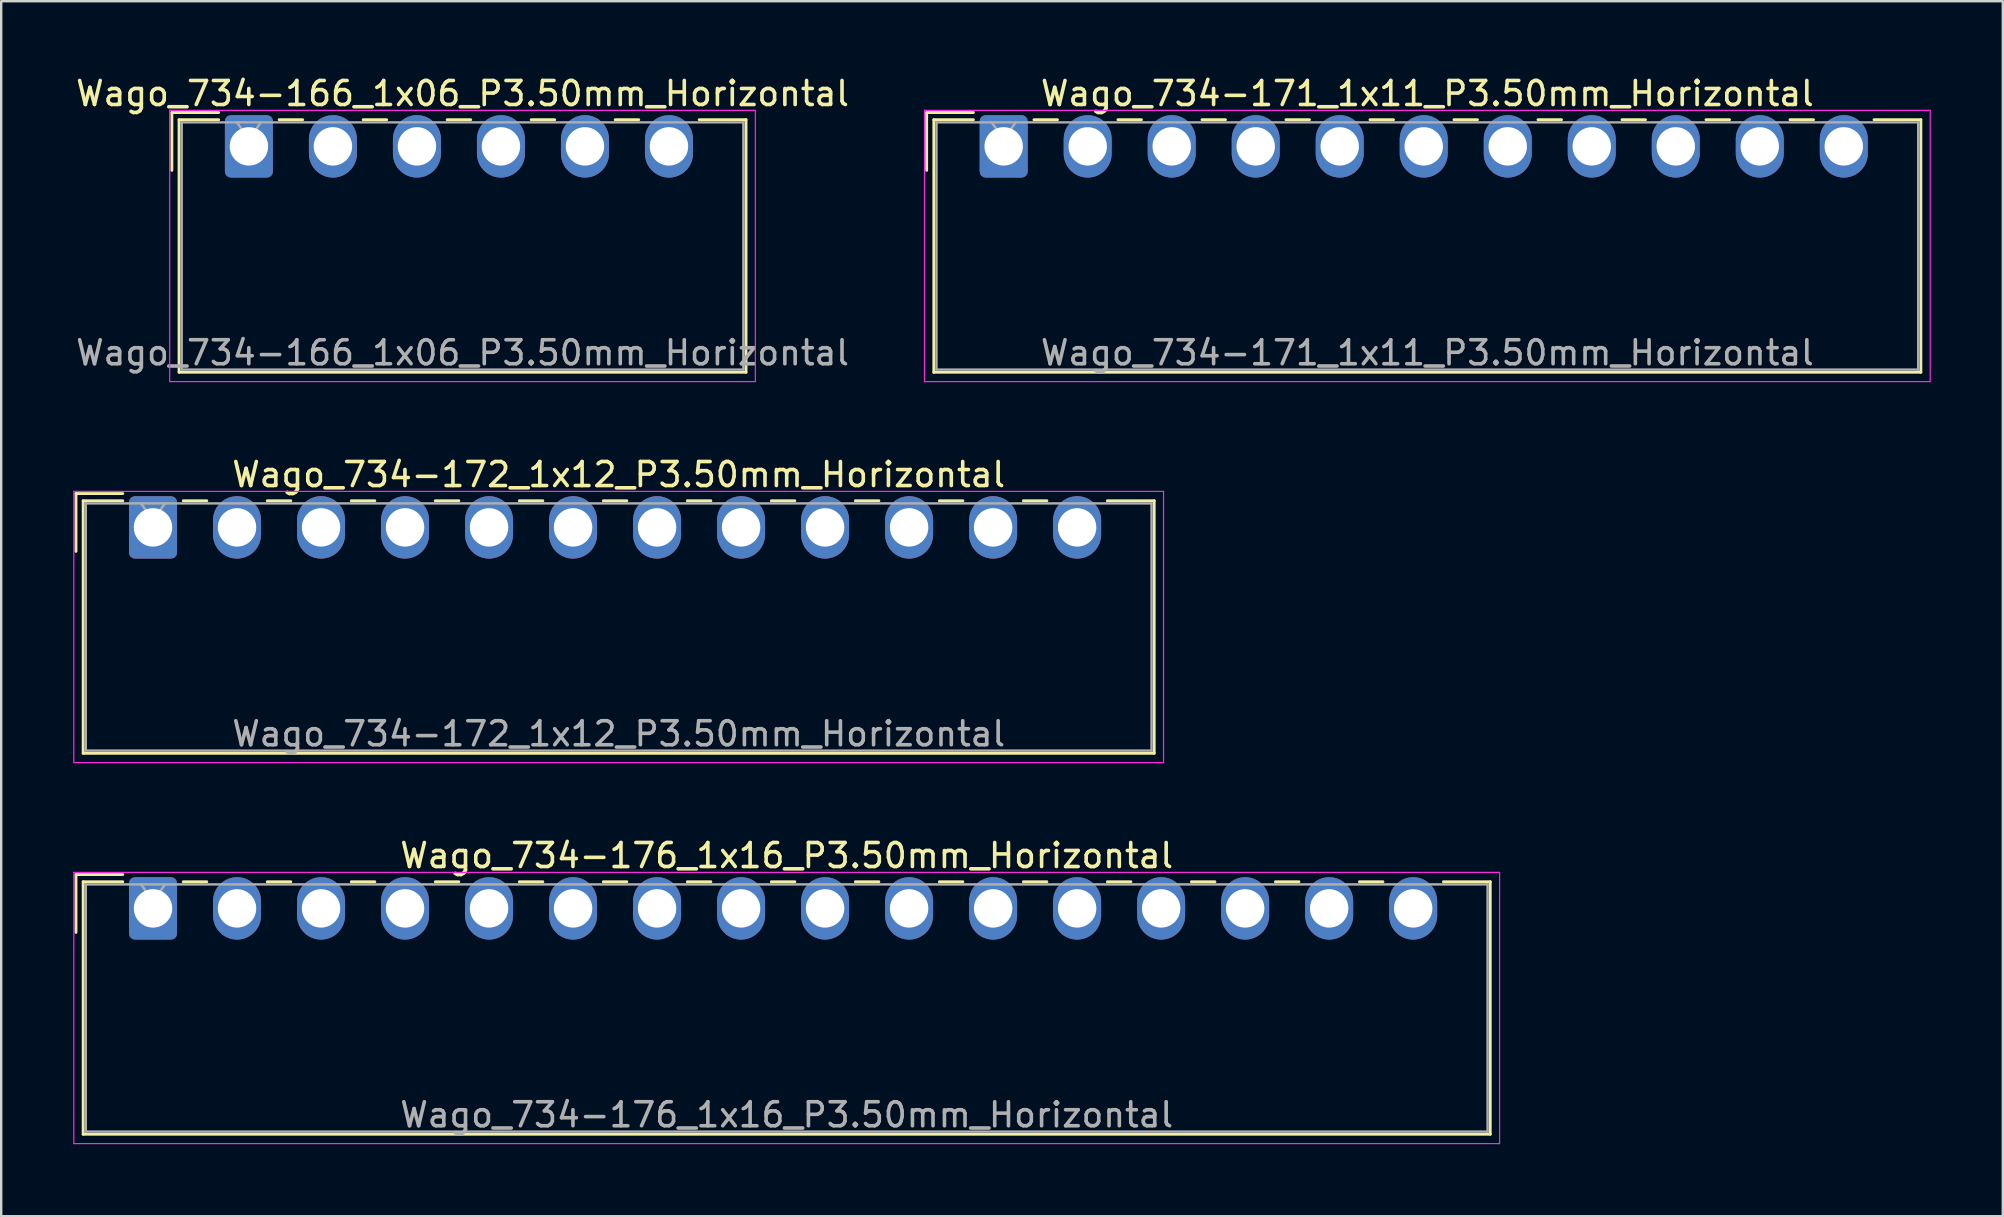
<source format=kicad_pcb>
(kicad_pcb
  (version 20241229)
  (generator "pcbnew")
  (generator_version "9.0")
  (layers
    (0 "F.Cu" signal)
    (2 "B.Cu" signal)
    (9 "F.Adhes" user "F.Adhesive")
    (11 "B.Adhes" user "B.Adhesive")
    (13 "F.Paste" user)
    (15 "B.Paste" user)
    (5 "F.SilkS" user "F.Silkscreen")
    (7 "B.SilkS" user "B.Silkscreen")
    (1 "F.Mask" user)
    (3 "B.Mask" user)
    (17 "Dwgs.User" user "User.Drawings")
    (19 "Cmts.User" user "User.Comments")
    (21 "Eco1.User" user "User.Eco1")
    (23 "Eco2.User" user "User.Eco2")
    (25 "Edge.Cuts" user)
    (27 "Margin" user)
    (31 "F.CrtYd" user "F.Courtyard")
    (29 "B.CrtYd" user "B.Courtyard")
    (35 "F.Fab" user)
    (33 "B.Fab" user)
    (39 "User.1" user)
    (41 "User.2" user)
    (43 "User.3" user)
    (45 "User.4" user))
  (footprint "Wago_734-171_1x11_P3.50mm_Horizontal"
    (layer "F.Cu")
    (at 38.765 3.048)
    (property "Reference" "Wago_734-171_1x11_P3.50mm_Horizontal" (at 17.65 -2.2 0) (layer "F.SilkS") (effects (font (size 1 1) (thickness 0.15))))
    (attr through_hole)
    (fp_line (start -3.21 -1.41) (end -1.26 -1.41) (stroke (width 0.12) (type solid)) (layer "F.SilkS"))
    (fp_line (start -3.21 1) (end -3.21 -1.41) (stroke (width 0.12) (type solid)) (layer "F.SilkS"))
    (fp_line (start -2.91 -1.11) (end -2.91 9.41) (stroke (width 0.12) (type solid)) (layer "F.SilkS"))
    (fp_line (start -2.91 9.41) (end 38.21 9.41) (stroke (width 0.12) (type solid)) (layer "F.SilkS"))
    (fp_line (start -1.26 -1.11) (end -2.91 -1.11) (stroke (width 0.12) (type solid)) (layer "F.SilkS"))
    (fp_line (start 1.26 -1.11) (end 2.24 -1.11) (stroke (width 0.12) (type solid)) (layer "F.SilkS"))
    (fp_line (start 4.76 -1.11) (end 5.74 -1.11) (stroke (width 0.12) (type solid)) (layer "F.SilkS"))
    (fp_line (start 8.26 -1.11) (end 9.24 -1.11) (stroke (width 0.12) (type solid)) (layer "F.SilkS"))
    (fp_line (start 11.76 -1.11) (end 12.74 -1.11) (stroke (width 0.12) (type solid)) (layer "F.SilkS"))
    (fp_line (start 15.26 -1.11) (end 16.24 -1.11) (stroke (width 0.12) (type solid)) (layer "F.SilkS"))
    (fp_line (start 18.76 -1.11) (end 19.74 -1.11) (stroke (width 0.12) (type solid)) (layer "F.SilkS"))
    (fp_line (start 22.26 -1.11) (end 23.24 -1.11) (stroke (width 0.12) (type solid)) (layer "F.SilkS"))
    (fp_line (start 25.76 -1.11) (end 26.74 -1.11) (stroke (width 0.12) (type solid)) (layer "F.SilkS"))
    (fp_line (start 29.26 -1.11) (end 30.24 -1.11) (stroke (width 0.12) (type solid)) (layer "F.SilkS"))
    (fp_line (start 32.76 -1.11) (end 33.74 -1.11) (stroke (width 0.12) (type solid)) (layer "F.SilkS"))
    (fp_line (start 38.21 -1.11) (end 36.26 -1.11) (stroke (width 0.12) (type solid)) (layer "F.SilkS"))
    (fp_line (start 38.21 9.41) (end 38.21 -1.11) (stroke (width 0.12) (type solid)) (layer "F.SilkS"))
    (fp_line (start -3.3 -1.5) (end -3.3 9.8) (stroke (width 0.05) (type solid)) (layer "F.CrtYd"))
    (fp_line (start -3.3 9.8) (end 38.6 9.8) (stroke (width 0.05) (type solid)) (layer "F.CrtYd"))
    (fp_line (start 38.6 -1.5) (end -3.3 -1.5) (stroke (width 0.05) (type solid)) (layer "F.CrtYd"))
    (fp_line (start 38.6 9.8) (end 38.6 -1.5) (stroke (width 0.05) (type solid)) (layer "F.CrtYd"))
    (fp_line (start -2.8 -1) (end -2.8 9.3) (stroke (width 0.1) (type solid)) (layer "F.Fab"))
    (fp_line (start -2.8 9.3) (end 38.1 9.3) (stroke (width 0.1) (type solid)) (layer "F.Fab"))
    (fp_line (start -0.5 -1) (end 0 -0.293) (stroke (width 0.1) (type solid)) (layer "F.Fab"))
    (fp_line (start 0 -0.293) (end 0.5 -1) (stroke (width 0.1) (type solid)) (layer "F.Fab"))
    (fp_line (start 38.1 -1) (end -2.8 -1) (stroke (width 0.1) (type solid)) (layer "F.Fab"))
    (fp_line (start 38.1 9.3) (end 38.1 -1) (stroke (width 0.1) (type solid)) (layer "F.Fab"))
    (fp_text user "${REFERENCE}" (at 17.65 8.6 0) (layer "F.Fab") (effects (font (size 1 1) (thickness 0.15))))
    (pad "1" thru_hole roundrect (at 0 0) (size 2 2.6) (drill 1.6) (layers "*.Cu" "*.Mask") (roundrect_rratio 0.125))
    (pad "2" thru_hole oval (at 3.5 0) (size 2 2.6) (drill 1.6) (layers "*.Cu" "*.Mask"))
    (pad "3" thru_hole oval (at 7 0) (size 2 2.6) (drill 1.6) (layers "*.Cu" "*.Mask"))
    (pad "4" thru_hole oval (at 10.5 0) (size 2 2.6) (drill 1.6) (layers "*.Cu" "*.Mask"))
    (pad "5" thru_hole oval (at 14 0) (size 2 2.6) (drill 1.6) (layers "*.Cu" "*.Mask"))
    (pad "6" thru_hole oval (at 17.5 0) (size 2 2.6) (drill 1.6) (layers "*.Cu" "*.Mask"))
    (pad "7" thru_hole oval (at 21 0) (size 2 2.6) (drill 1.6) (layers "*.Cu" "*.Mask"))
    (pad "8" thru_hole oval (at 24.5 0) (size 2 2.6) (drill 1.6) (layers "*.Cu" "*.Mask"))
    (pad "9" thru_hole oval (at 28 0) (size 2 2.6) (drill 1.6) (layers "*.Cu" "*.Mask"))
    (pad "10" thru_hole oval (at 31.5 0) (size 2 2.6) (drill 1.6) (layers "*.Cu" "*.Mask"))
    (pad "11" thru_hole oval (at 35 0) (size 2 2.6) (drill 1.6) (layers "*.Cu" "*.Mask")))
  (footprint "Wago_734-166_1x06_P3.50mm_Horizontal"
    (layer "F.Cu")
    (at 7.32 3.048)
    (property "Reference" "Wago_734-166_1x06_P3.50mm_Horizontal" (at 8.9 -2.2 0) (layer "F.SilkS") (effects (font (size 1 1) (thickness 0.15))))
    (attr through_hole)
    (fp_line (start -3.21 -1.41) (end -1.26 -1.41) (stroke (width 0.12) (type solid)) (layer "F.SilkS"))
    (fp_line (start -3.21 1) (end -3.21 -1.41) (stroke (width 0.12) (type solid)) (layer "F.SilkS"))
    (fp_line (start -2.91 -1.11) (end -2.91 9.41) (stroke (width 0.12) (type solid)) (layer "F.SilkS"))
    (fp_line (start -2.91 9.41) (end 20.71 9.41) (stroke (width 0.12) (type solid)) (layer "F.SilkS"))
    (fp_line (start -1.26 -1.11) (end -2.91 -1.11) (stroke (width 0.12) (type solid)) (layer "F.SilkS"))
    (fp_line (start 1.26 -1.11) (end 2.24 -1.11) (stroke (width 0.12) (type solid)) (layer "F.SilkS"))
    (fp_line (start 4.76 -1.11) (end 5.74 -1.11) (stroke (width 0.12) (type solid)) (layer "F.SilkS"))
    (fp_line (start 8.26 -1.11) (end 9.24 -1.11) (stroke (width 0.12) (type solid)) (layer "F.SilkS"))
    (fp_line (start 11.76 -1.11) (end 12.74 -1.11) (stroke (width 0.12) (type solid)) (layer "F.SilkS"))
    (fp_line (start 15.26 -1.11) (end 16.24 -1.11) (stroke (width 0.12) (type solid)) (layer "F.SilkS"))
    (fp_line (start 20.71 -1.11) (end 18.76 -1.11) (stroke (width 0.12) (type solid)) (layer "F.SilkS"))
    (fp_line (start 20.71 9.41) (end 20.71 -1.11) (stroke (width 0.12) (type solid)) (layer "F.SilkS"))
    (fp_line (start -3.3 -1.5) (end -3.3 9.8) (stroke (width 0.05) (type solid)) (layer "F.CrtYd"))
    (fp_line (start -3.3 9.8) (end 21.1 9.8) (stroke (width 0.05) (type solid)) (layer "F.CrtYd"))
    (fp_line (start 21.1 -1.5) (end -3.3 -1.5) (stroke (width 0.05) (type solid)) (layer "F.CrtYd"))
    (fp_line (start 21.1 9.8) (end 21.1 -1.5) (stroke (width 0.05) (type solid)) (layer "F.CrtYd"))
    (fp_line (start -2.8 -1) (end -2.8 9.3) (stroke (width 0.1) (type solid)) (layer "F.Fab"))
    (fp_line (start -2.8 9.3) (end 20.6 9.3) (stroke (width 0.1) (type solid)) (layer "F.Fab"))
    (fp_line (start -0.5 -1) (end 0 -0.293) (stroke (width 0.1) (type solid)) (layer "F.Fab"))
    (fp_line (start 0 -0.293) (end 0.5 -1) (stroke (width 0.1) (type solid)) (layer "F.Fab"))
    (fp_line (start 20.6 -1) (end -2.8 -1) (stroke (width 0.1) (type solid)) (layer "F.Fab"))
    (fp_line (start 20.6 9.3) (end 20.6 -1) (stroke (width 0.1) (type solid)) (layer "F.Fab"))
    (fp_text user "${REFERENCE}" (at 8.9 8.6 0) (layer "F.Fab") (effects (font (size 1 1) (thickness 0.15))))
    (pad "1" thru_hole roundrect (at 0 0) (size 2 2.6) (drill 1.6) (layers "*.Cu" "*.Mask") (roundrect_rratio 0.125))
    (pad "2" thru_hole oval (at 3.5 0) (size 2 2.6) (drill 1.6) (layers "*.Cu" "*.Mask"))
    (pad "3" thru_hole oval (at 7 0) (size 2 2.6) (drill 1.6) (layers "*.Cu" "*.Mask"))
    (pad "4" thru_hole oval (at 10.5 0) (size 2 2.6) (drill 1.6) (layers "*.Cu" "*.Mask"))
    (pad "5" thru_hole oval (at 14 0) (size 2 2.6) (drill 1.6) (layers "*.Cu" "*.Mask"))
    (pad "6" thru_hole oval (at 17.5 0) (size 2 2.6) (drill 1.6) (layers "*.Cu" "*.Mask")))
  (footprint "Wago_734-176_1x16_P3.50mm_Horizontal"
    (layer "F.Cu")
    (at 3.325 34.795)
    (property "Reference" "Wago_734-176_1x16_P3.50mm_Horizontal" (at 26.4 -2.2 0) (layer "F.SilkS") (effects (font (size 1 1) (thickness 0.15))))
    (attr through_hole)
    (fp_line (start -3.21 -1.41) (end -1.26 -1.41) (stroke (width 0.12) (type solid)) (layer "F.SilkS"))
    (fp_line (start -3.21 1) (end -3.21 -1.41) (stroke (width 0.12) (type solid)) (layer "F.SilkS"))
    (fp_line (start -2.91 -1.11) (end -2.91 9.41) (stroke (width 0.12) (type solid)) (layer "F.SilkS"))
    (fp_line (start -2.91 9.41) (end 55.71 9.41) (stroke (width 0.12) (type solid)) (layer "F.SilkS"))
    (fp_line (start -1.26 -1.11) (end -2.91 -1.11) (stroke (width 0.12) (type solid)) (layer "F.SilkS"))
    (fp_line (start 1.26 -1.11) (end 2.24 -1.11) (stroke (width 0.12) (type solid)) (layer "F.SilkS"))
    (fp_line (start 4.76 -1.11) (end 5.74 -1.11) (stroke (width 0.12) (type solid)) (layer "F.SilkS"))
    (fp_line (start 8.26 -1.11) (end 9.24 -1.11) (stroke (width 0.12) (type solid)) (layer "F.SilkS"))
    (fp_line (start 11.76 -1.11) (end 12.74 -1.11) (stroke (width 0.12) (type solid)) (layer "F.SilkS"))
    (fp_line (start 15.26 -1.11) (end 16.24 -1.11) (stroke (width 0.12) (type solid)) (layer "F.SilkS"))
    (fp_line (start 18.76 -1.11) (end 19.74 -1.11) (stroke (width 0.12) (type solid)) (layer "F.SilkS"))
    (fp_line (start 22.26 -1.11) (end 23.24 -1.11) (stroke (width 0.12) (type solid)) (layer "F.SilkS"))
    (fp_line (start 25.76 -1.11) (end 26.74 -1.11) (stroke (width 0.12) (type solid)) (layer "F.SilkS"))
    (fp_line (start 29.26 -1.11) (end 30.24 -1.11) (stroke (width 0.12) (type solid)) (layer "F.SilkS"))
    (fp_line (start 32.76 -1.11) (end 33.74 -1.11) (stroke (width 0.12) (type solid)) (layer "F.SilkS"))
    (fp_line (start 36.26 -1.11) (end 37.24 -1.11) (stroke (width 0.12) (type solid)) (layer "F.SilkS"))
    (fp_line (start 39.76 -1.11) (end 40.74 -1.11) (stroke (width 0.12) (type solid)) (layer "F.SilkS"))
    (fp_line (start 43.26 -1.11) (end 44.24 -1.11) (stroke (width 0.12) (type solid)) (layer "F.SilkS"))
    (fp_line (start 46.76 -1.11) (end 47.74 -1.11) (stroke (width 0.12) (type solid)) (layer "F.SilkS"))
    (fp_line (start 50.26 -1.11) (end 51.24 -1.11) (stroke (width 0.12) (type solid)) (layer "F.SilkS"))
    (fp_line (start 55.71 -1.11) (end 53.76 -1.11) (stroke (width 0.12) (type solid)) (layer "F.SilkS"))
    (fp_line (start 55.71 9.41) (end 55.71 -1.11) (stroke (width 0.12) (type solid)) (layer "F.SilkS"))
    (fp_line (start -3.3 -1.5) (end -3.3 9.8) (stroke (width 0.05) (type solid)) (layer "F.CrtYd"))
    (fp_line (start -3.3 9.8) (end 56.1 9.8) (stroke (width 0.05) (type solid)) (layer "F.CrtYd"))
    (fp_line (start 56.1 -1.5) (end -3.3 -1.5) (stroke (width 0.05) (type solid)) (layer "F.CrtYd"))
    (fp_line (start 56.1 9.8) (end 56.1 -1.5) (stroke (width 0.05) (type solid)) (layer "F.CrtYd"))
    (fp_line (start -2.8 -1) (end -2.8 9.3) (stroke (width 0.1) (type solid)) (layer "F.Fab"))
    (fp_line (start -2.8 9.3) (end 55.6 9.3) (stroke (width 0.1) (type solid)) (layer "F.Fab"))
    (fp_line (start -0.5 -1) (end 0 -0.293) (stroke (width 0.1) (type solid)) (layer "F.Fab"))
    (fp_line (start 0 -0.293) (end 0.5 -1) (stroke (width 0.1) (type solid)) (layer "F.Fab"))
    (fp_line (start 55.6 -1) (end -2.8 -1) (stroke (width 0.1) (type solid)) (layer "F.Fab"))
    (fp_line (start 55.6 9.3) (end 55.6 -1) (stroke (width 0.1) (type solid)) (layer "F.Fab"))
    (fp_text user "${REFERENCE}" (at 26.4 8.6 0) (layer "F.Fab") (effects (font (size 1 1) (thickness 0.15))))
    (pad "1" thru_hole roundrect (at 0 0) (size 2 2.6) (drill 1.6) (layers "*.Cu" "*.Mask") (roundrect_rratio 0.125))
    (pad "2" thru_hole oval (at 3.5 0) (size 2 2.6) (drill 1.6) (layers "*.Cu" "*.Mask"))
    (pad "3" thru_hole oval (at 7 0) (size 2 2.6) (drill 1.6) (layers "*.Cu" "*.Mask"))
    (pad "4" thru_hole oval (at 10.5 0) (size 2 2.6) (drill 1.6) (layers "*.Cu" "*.Mask"))
    (pad "5" thru_hole oval (at 14 0) (size 2 2.6) (drill 1.6) (layers "*.Cu" "*.Mask"))
    (pad "6" thru_hole oval (at 17.5 0) (size 2 2.6) (drill 1.6) (layers "*.Cu" "*.Mask"))
    (pad "7" thru_hole oval (at 21 0) (size 2 2.6) (drill 1.6) (layers "*.Cu" "*.Mask"))
    (pad "8" thru_hole oval (at 24.5 0) (size 2 2.6) (drill 1.6) (layers "*.Cu" "*.Mask"))
    (pad "9" thru_hole oval (at 28 0) (size 2 2.6) (drill 1.6) (layers "*.Cu" "*.Mask"))
    (pad "10" thru_hole oval (at 31.5 0) (size 2 2.6) (drill 1.6) (layers "*.Cu" "*.Mask"))
    (pad "11" thru_hole oval (at 35 0) (size 2 2.6) (drill 1.6) (layers "*.Cu" "*.Mask"))
    (pad "12" thru_hole oval (at 38.5 0) (size 2 2.6) (drill 1.6) (layers "*.Cu" "*.Mask"))
    (pad "13" thru_hole oval (at 42 0) (size 2 2.6) (drill 1.6) (layers "*.Cu" "*.Mask"))
    (pad "14" thru_hole oval (at 45.5 0) (size 2 2.6) (drill 1.6) (layers "*.Cu" "*.Mask"))
    (pad "15" thru_hole oval (at 49 0) (size 2 2.6) (drill 1.6) (layers "*.Cu" "*.Mask"))
    (pad "16" thru_hole oval (at 52.5 0) (size 2 2.6) (drill 1.6) (layers "*.Cu" "*.Mask")))
  (footprint "Wago_734-172_1x12_P3.50mm_Horizontal"
    (layer "F.Cu")
    (at 3.325 18.922)
    (property "Reference" "Wago_734-172_1x12_P3.50mm_Horizontal" (at 19.4 -2.2 0) (layer "F.SilkS") (effects (font (size 1 1) (thickness 0.15))))
    (attr through_hole)
    (fp_line (start -3.21 -1.41) (end -1.26 -1.41) (stroke (width 0.12) (type solid)) (layer "F.SilkS"))
    (fp_line (start -3.21 1) (end -3.21 -1.41) (stroke (width 0.12) (type solid)) (layer "F.SilkS"))
    (fp_line (start -2.91 -1.11) (end -2.91 9.41) (stroke (width 0.12) (type solid)) (layer "F.SilkS"))
    (fp_line (start -2.91 9.41) (end 41.71 9.41) (stroke (width 0.12) (type solid)) (layer "F.SilkS"))
    (fp_line (start -1.26 -1.11) (end -2.91 -1.11) (stroke (width 0.12) (type solid)) (layer "F.SilkS"))
    (fp_line (start 1.26 -1.11) (end 2.24 -1.11) (stroke (width 0.12) (type solid)) (layer "F.SilkS"))
    (fp_line (start 4.76 -1.11) (end 5.74 -1.11) (stroke (width 0.12) (type solid)) (layer "F.SilkS"))
    (fp_line (start 8.26 -1.11) (end 9.24 -1.11) (stroke (width 0.12) (type solid)) (layer "F.SilkS"))
    (fp_line (start 11.76 -1.11) (end 12.74 -1.11) (stroke (width 0.12) (type solid)) (layer "F.SilkS"))
    (fp_line (start 15.26 -1.11) (end 16.24 -1.11) (stroke (width 0.12) (type solid)) (layer "F.SilkS"))
    (fp_line (start 18.76 -1.11) (end 19.74 -1.11) (stroke (width 0.12) (type solid)) (layer "F.SilkS"))
    (fp_line (start 22.26 -1.11) (end 23.24 -1.11) (stroke (width 0.12) (type solid)) (layer "F.SilkS"))
    (fp_line (start 25.76 -1.11) (end 26.74 -1.11) (stroke (width 0.12) (type solid)) (layer "F.SilkS"))
    (fp_line (start 29.26 -1.11) (end 30.24 -1.11) (stroke (width 0.12) (type solid)) (layer "F.SilkS"))
    (fp_line (start 32.76 -1.11) (end 33.74 -1.11) (stroke (width 0.12) (type solid)) (layer "F.SilkS"))
    (fp_line (start 36.26 -1.11) (end 37.24 -1.11) (stroke (width 0.12) (type solid)) (layer "F.SilkS"))
    (fp_line (start 41.71 -1.11) (end 39.76 -1.11) (stroke (width 0.12) (type solid)) (layer "F.SilkS"))
    (fp_line (start 41.71 9.41) (end 41.71 -1.11) (stroke (width 0.12) (type solid)) (layer "F.SilkS"))
    (fp_line (start -3.3 -1.5) (end -3.3 9.8) (stroke (width 0.05) (type solid)) (layer "F.CrtYd"))
    (fp_line (start -3.3 9.8) (end 42.1 9.8) (stroke (width 0.05) (type solid)) (layer "F.CrtYd"))
    (fp_line (start 42.1 -1.5) (end -3.3 -1.5) (stroke (width 0.05) (type solid)) (layer "F.CrtYd"))
    (fp_line (start 42.1 9.8) (end 42.1 -1.5) (stroke (width 0.05) (type solid)) (layer "F.CrtYd"))
    (fp_line (start -2.8 -1) (end -2.8 9.3) (stroke (width 0.1) (type solid)) (layer "F.Fab"))
    (fp_line (start -2.8 9.3) (end 41.6 9.3) (stroke (width 0.1) (type solid)) (layer "F.Fab"))
    (fp_line (start -0.5 -1) (end 0 -0.293) (stroke (width 0.1) (type solid)) (layer "F.Fab"))
    (fp_line (start 0 -0.293) (end 0.5 -1) (stroke (width 0.1) (type solid)) (layer "F.Fab"))
    (fp_line (start 41.6 -1) (end -2.8 -1) (stroke (width 0.1) (type solid)) (layer "F.Fab"))
    (fp_line (start 41.6 9.3) (end 41.6 -1) (stroke (width 0.1) (type solid)) (layer "F.Fab"))
    (fp_text user "${REFERENCE}" (at 19.4 8.6 0) (layer "F.Fab") (effects (font (size 1 1) (thickness 0.15))))
    (pad "1" thru_hole roundrect (at 0 0) (size 2 2.6) (drill 1.6) (layers "*.Cu" "*.Mask") (roundrect_rratio 0.125))
    (pad "2" thru_hole oval (at 3.5 0) (size 2 2.6) (drill 1.6) (layers "*.Cu" "*.Mask"))
    (pad "3" thru_hole oval (at 7 0) (size 2 2.6) (drill 1.6) (layers "*.Cu" "*.Mask"))
    (pad "4" thru_hole oval (at 10.5 0) (size 2 2.6) (drill 1.6) (layers "*.Cu" "*.Mask"))
    (pad "5" thru_hole oval (at 14 0) (size 2 2.6) (drill 1.6) (layers "*.Cu" "*.Mask"))
    (pad "6" thru_hole oval (at 17.5 0) (size 2 2.6) (drill 1.6) (layers "*.Cu" "*.Mask"))
    (pad "7" thru_hole oval (at 21 0) (size 2 2.6) (drill 1.6) (layers "*.Cu" "*.Mask"))
    (pad "8" thru_hole oval (at 24.5 0) (size 2 2.6) (drill 1.6) (layers "*.Cu" "*.Mask"))
    (pad "9" thru_hole oval (at 28 0) (size 2 2.6) (drill 1.6) (layers "*.Cu" "*.Mask"))
    (pad "10" thru_hole oval (at 31.5 0) (size 2 2.6) (drill 1.6) (layers "*.Cu" "*.Mask"))
    (pad "11" thru_hole oval (at 35 0) (size 2 2.6) (drill 1.6) (layers "*.Cu" "*.Mask"))
    (pad "12" thru_hole oval (at 38.5 0) (size 2 2.6) (drill 1.6) (layers "*.Cu" "*.Mask")))
  (gr_rect
    (start -3 -3)
    (end 80.39 47.62)
    (stroke (width 0.1) (type default))
    (fill no)
    (layer "Edge.Cuts")))
</source>
